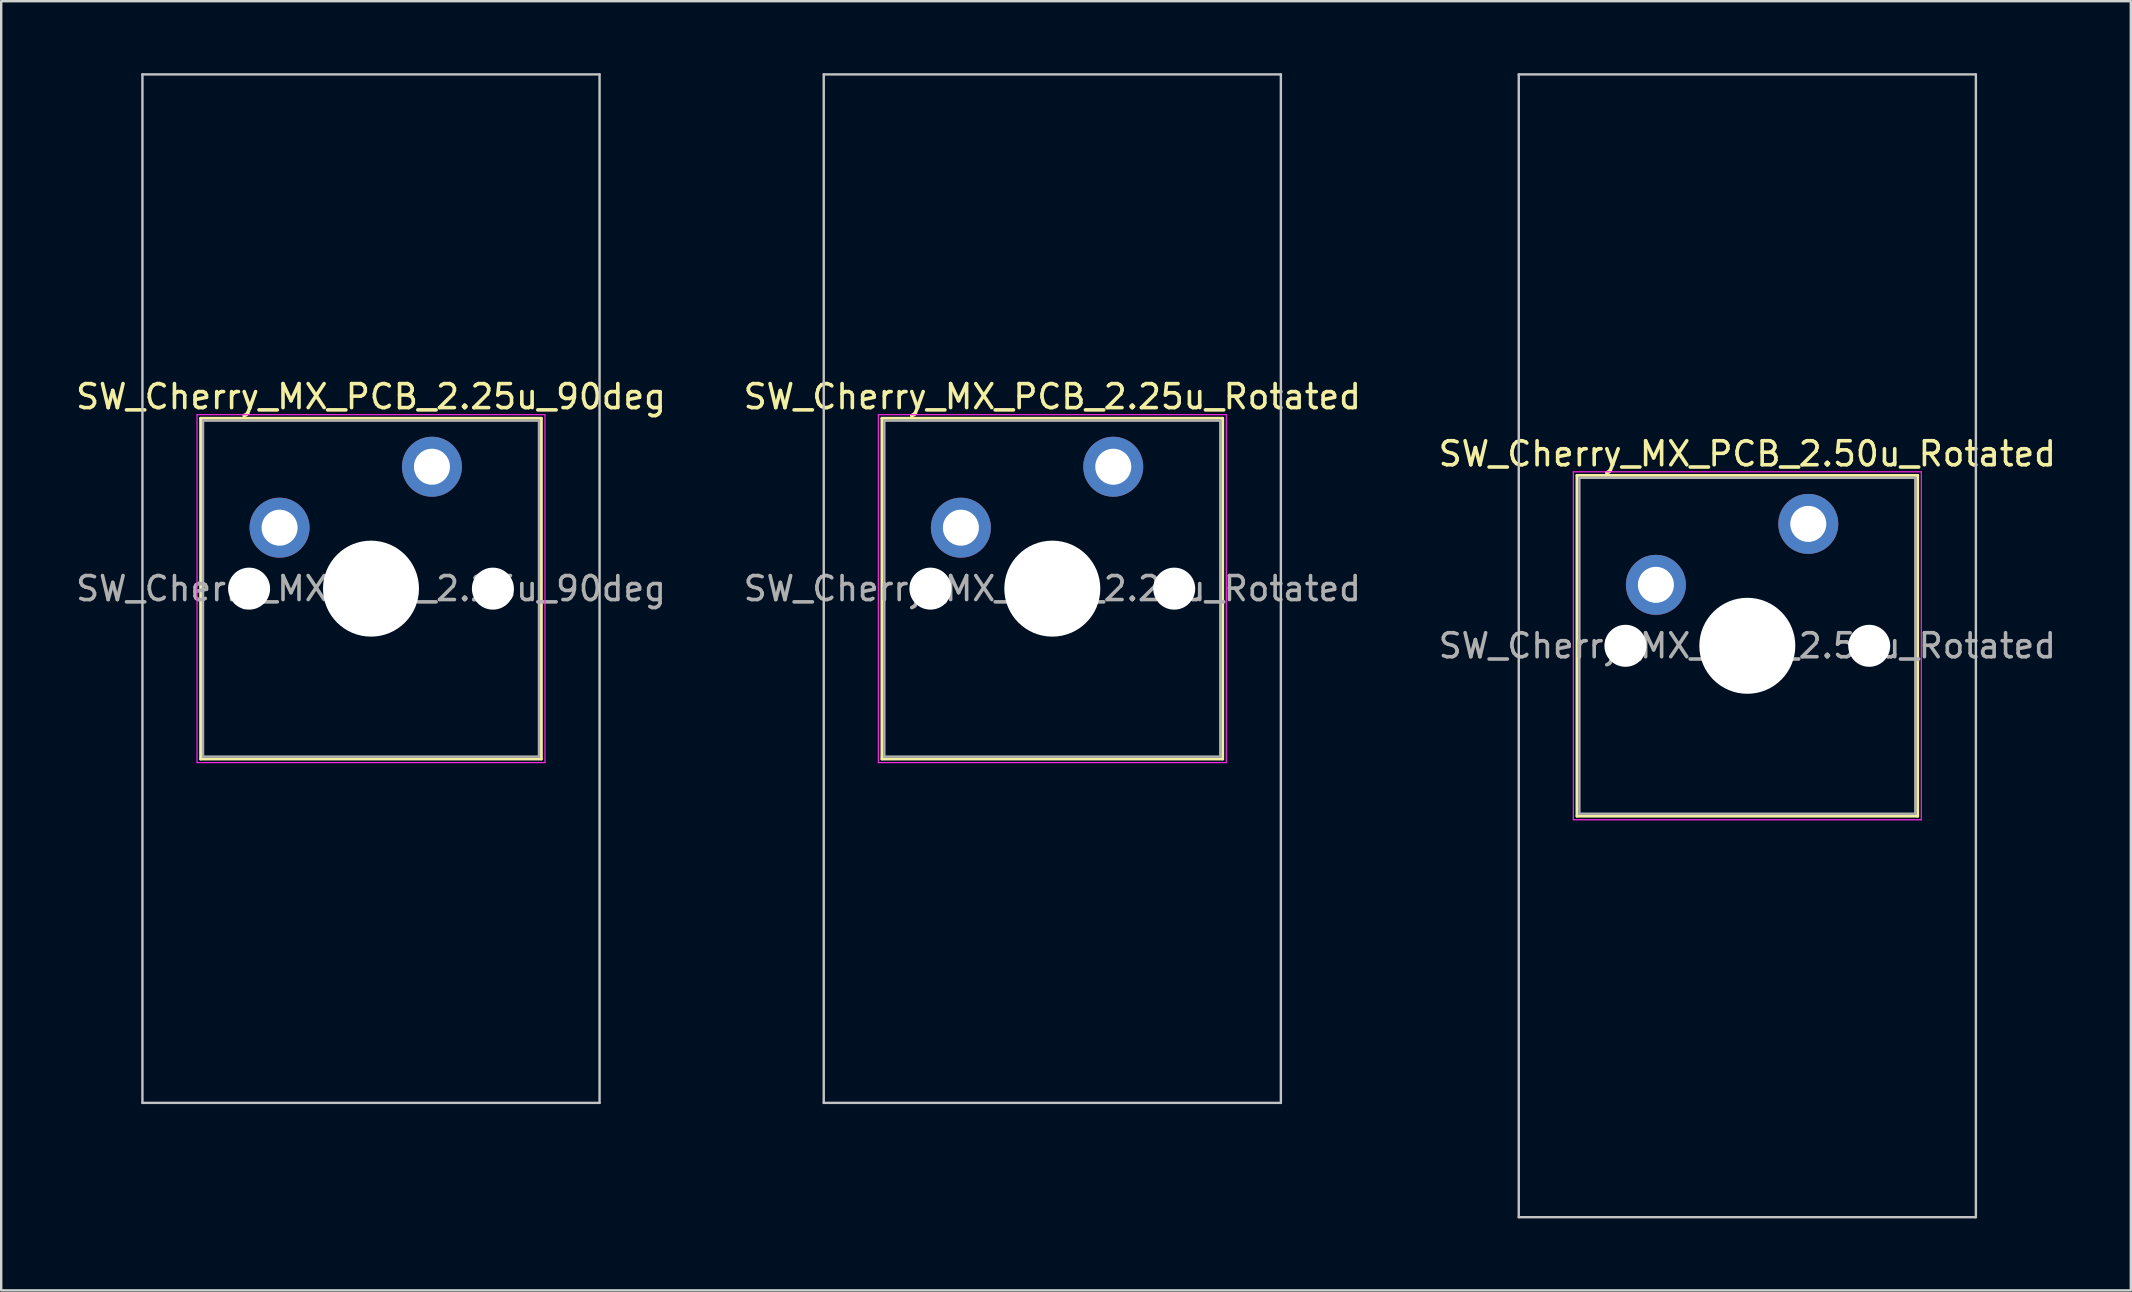
<source format=kicad_pcb>
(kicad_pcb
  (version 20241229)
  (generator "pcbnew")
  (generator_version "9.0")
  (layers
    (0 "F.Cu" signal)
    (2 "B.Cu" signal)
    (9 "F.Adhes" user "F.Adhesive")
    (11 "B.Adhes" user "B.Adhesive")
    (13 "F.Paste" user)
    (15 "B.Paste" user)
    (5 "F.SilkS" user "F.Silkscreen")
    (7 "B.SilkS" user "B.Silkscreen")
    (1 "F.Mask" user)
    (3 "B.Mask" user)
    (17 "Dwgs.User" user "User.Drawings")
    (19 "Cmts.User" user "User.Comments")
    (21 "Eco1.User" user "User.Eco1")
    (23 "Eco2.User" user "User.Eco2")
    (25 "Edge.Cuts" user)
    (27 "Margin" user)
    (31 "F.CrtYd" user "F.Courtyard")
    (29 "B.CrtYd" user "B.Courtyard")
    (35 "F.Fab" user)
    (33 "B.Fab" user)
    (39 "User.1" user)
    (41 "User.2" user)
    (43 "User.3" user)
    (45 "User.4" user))
  (footprint "SW_Cherry_MX_PCB_2.25u_Rotated"
    (layer "F.Cu")
    (at 40.804 21.481)
    (property "Reference" "SW_Cherry_MX_PCB_2.25u_Rotated" (at 0 -8 0) (layer "F.SilkS") (effects (font (size 1 1) (thickness 0.15))))
    (attr through_hole)
    (fp_line (start -7.1 -7.1) (end -7.1 7.1) (stroke (width 0.12) (type solid)) (layer "F.SilkS"))
    (fp_line (start -7.1 7.1) (end 7.1 7.1) (stroke (width 0.12) (type solid)) (layer "F.SilkS"))
    (fp_line (start 7.1 -7.1) (end -7.1 -7.1) (stroke (width 0.12) (type solid)) (layer "F.SilkS"))
    (fp_line (start 7.1 7.1) (end 7.1 -7.1) (stroke (width 0.12) (type solid)) (layer "F.SilkS"))
    (fp_line (start -9.525 -21.431) (end -9.525 21.431) (stroke (width 0.1) (type solid)) (layer "Dwgs.User"))
    (fp_line (start -9.525 21.431) (end 9.525 21.431) (stroke (width 0.1) (type solid)) (layer "Dwgs.User"))
    (fp_line (start 9.525 -21.431) (end -9.525 -21.431) (stroke (width 0.1) (type solid)) (layer "Dwgs.User"))
    (fp_line (start 9.525 21.431) (end 9.525 -21.431) (stroke (width 0.1) (type solid)) (layer "Dwgs.User"))
    (fp_line (start -7.25 -7.25) (end -7.25 7.25) (stroke (width 0.05) (type solid)) (layer "F.CrtYd"))
    (fp_line (start -7.25 7.25) (end 7.25 7.25) (stroke (width 0.05) (type solid)) (layer "F.CrtYd"))
    (fp_line (start 7.25 -7.25) (end -7.25 -7.25) (stroke (width 0.05) (type solid)) (layer "F.CrtYd"))
    (fp_line (start 7.25 7.25) (end 7.25 -7.25) (stroke (width 0.05) (type solid)) (layer "F.CrtYd"))
    (fp_line (start -7 -7) (end -7 7) (stroke (width 0.1) (type solid)) (layer "F.Fab"))
    (fp_line (start -7 7) (end 7 7) (stroke (width 0.1) (type solid)) (layer "F.Fab"))
    (fp_line (start 7 -7) (end -7 -7) (stroke (width 0.1) (type solid)) (layer "F.Fab"))
    (fp_line (start 7 7) (end 7 -7) (stroke (width 0.1) (type solid)) (layer "F.Fab"))
    (fp_text user "${REFERENCE}" (at 0 0 0) (layer "F.Fab") (effects (font (size 1 1) (thickness 0.15))))
    (pad "" np_thru_hole circle (at -5.08 0) (size 1.75 1.75) (drill 1.75) (layers "*.Cu" "*.Mask"))
    (pad "" np_thru_hole circle (at 0 0) (size 4 4) (drill 4) (layers "*.Cu" "*.Mask"))
    (pad "" np_thru_hole circle (at 5.08 0) (size 1.75 1.75) (drill 1.75) (layers "*.Cu" "*.Mask"))
    (pad "1" thru_hole circle (at -3.81 -2.54) (size 2.5 2.5) (drill 1.5) (layers "*.Cu" "B.Mask"))
    (pad "2" thru_hole circle (at 2.54 -5.08) (size 2.5 2.5) (drill 1.5) (layers "*.Cu" "B.Mask")))
  (footprint "SW_Cherry_MX_PCB_2.25u_90deg"
    (layer "F.Cu")
    (at 12.411 21.481)
    (property "Reference" "SW_Cherry_MX_PCB_2.25u_90deg" (at 0 -8 0) (layer "F.SilkS") (effects (font (size 1 1) (thickness 0.15))))
    (attr through_hole)
    (fp_line (start -7.1 -7.1) (end -7.1 7.1) (stroke (width 0.12) (type solid)) (layer "F.SilkS"))
    (fp_line (start -7.1 7.1) (end 7.1 7.1) (stroke (width 0.12) (type solid)) (layer "F.SilkS"))
    (fp_line (start 7.1 -7.1) (end -7.1 -7.1) (stroke (width 0.12) (type solid)) (layer "F.SilkS"))
    (fp_line (start 7.1 7.1) (end 7.1 -7.1) (stroke (width 0.12) (type solid)) (layer "F.SilkS"))
    (fp_line (start -9.525 -21.431) (end 9.525 -21.431) (stroke (width 0.1) (type solid)) (layer "Dwgs.User"))
    (fp_line (start -9.525 21.431) (end -9.525 -21.431) (stroke (width 0.1) (type solid)) (layer "Dwgs.User"))
    (fp_line (start 9.525 -21.431) (end 9.525 21.431) (stroke (width 0.1) (type solid)) (layer "Dwgs.User"))
    (fp_line (start 9.525 21.431) (end -9.525 21.431) (stroke (width 0.1) (type solid)) (layer "Dwgs.User"))
    (fp_line (start -7 -7) (end -7 7) (stroke (width 0.1) (type solid)) (layer "Eco1.User"))
    (fp_line (start -7 7) (end 7 7) (stroke (width 0.1) (type solid)) (layer "Eco1.User"))
    (fp_line (start 7 -7) (end -7 -7) (stroke (width 0.1) (type solid)) (layer "Eco1.User"))
    (fp_line (start 7 7) (end 7 -7) (stroke (width 0.1) (type solid)) (layer "Eco1.User"))
    (fp_line (start -7.25 -7.25) (end -7.25 7.25) (stroke (width 0.05) (type solid)) (layer "F.CrtYd"))
    (fp_line (start -7.25 7.25) (end 7.25 7.25) (stroke (width 0.05) (type solid)) (layer "F.CrtYd"))
    (fp_line (start 7.25 -7.25) (end -7.25 -7.25) (stroke (width 0.05) (type solid)) (layer "F.CrtYd"))
    (fp_line (start 7.25 7.25) (end 7.25 -7.25) (stroke (width 0.05) (type solid)) (layer "F.CrtYd"))
    (fp_line (start -7 -7) (end -7 7) (stroke (width 0.1) (type solid)) (layer "F.Fab"))
    (fp_line (start -7 7) (end 7 7) (stroke (width 0.1) (type solid)) (layer "F.Fab"))
    (fp_line (start 7 -7) (end -7 -7) (stroke (width 0.1) (type solid)) (layer "F.Fab"))
    (fp_line (start 7 7) (end 7 -7) (stroke (width 0.1) (type solid)) (layer "F.Fab"))
    (fp_text user "${REFERENCE}" (at 0 0 0) (layer "F.Fab") (effects (font (size 1 1) (thickness 0.15))))
    (pad "" np_thru_hole circle (at -5.08 0) (size 1.75 1.75) (drill 1.75) (layers "*.Cu" "*.Mask"))
    (pad "" np_thru_hole circle (at 0 0) (size 4 4) (drill 4) (layers "*.Cu" "*.Mask"))
    (pad "" np_thru_hole circle (at 5.08 0) (size 1.75 1.75) (drill 1.75) (layers "*.Cu" "*.Mask"))
    (pad "1" thru_hole circle (at -3.81 -2.54) (size 2.5 2.5) (drill 1.5) (layers "*.Cu" "*.Mask"))
    (pad "2" thru_hole circle (at 2.54 -5.08) (size 2.5 2.5) (drill 1.5) (layers "*.Cu" "*.Mask")))
  (footprint "SW_Cherry_MX_PCB_2.50u_Rotated"
    (layer "F.Cu")
    (at 69.768 23.863)
    (property "Reference" "SW_Cherry_MX_PCB_2.50u_Rotated" (at 0 -8 0) (layer "F.SilkS") (effects (font (size 1 1) (thickness 0.15))))
    (attr through_hole)
    (fp_line (start -7.1 -7.1) (end -7.1 7.1) (stroke (width 0.12) (type solid)) (layer "F.SilkS"))
    (fp_line (start -7.1 7.1) (end 7.1 7.1) (stroke (width 0.12) (type solid)) (layer "F.SilkS"))
    (fp_line (start 7.1 -7.1) (end -7.1 -7.1) (stroke (width 0.12) (type solid)) (layer "F.SilkS"))
    (fp_line (start 7.1 7.1) (end 7.1 -7.1) (stroke (width 0.12) (type solid)) (layer "F.SilkS"))
    (fp_line (start -9.525 -23.812) (end -9.525 23.812) (stroke (width 0.1) (type solid)) (layer "Dwgs.User"))
    (fp_line (start -9.525 23.812) (end 9.525 23.812) (stroke (width 0.1) (type solid)) (layer "Dwgs.User"))
    (fp_line (start 9.525 -23.812) (end -9.525 -23.812) (stroke (width 0.1) (type solid)) (layer "Dwgs.User"))
    (fp_line (start 9.525 23.812) (end 9.525 -23.812) (stroke (width 0.1) (type solid)) (layer "Dwgs.User"))
    (fp_line (start -7.8 -6) (end -7 -6) (stroke (width 0.1) (type solid)) (layer "Eco1.User"))
    (fp_line (start -7.8 -2.9) (end -7.8 -6) (stroke (width 0.1) (type solid)) (layer "Eco1.User"))
    (fp_line (start -7.8 2.9) (end -7 2.9) (stroke (width 0.1) (type solid)) (layer "Eco1.User"))
    (fp_line (start -7.8 6) (end -7.8 2.9) (stroke (width 0.1) (type solid)) (layer "Eco1.User"))
    (fp_line (start -7 -7) (end 7 -7) (stroke (width 0.1) (type solid)) (layer "Eco1.User"))
    (fp_line (start -7 -6) (end -7 -7) (stroke (width 0.1) (type solid)) (layer "Eco1.User"))
    (fp_line (start -7 -2.9) (end -7.8 -2.9) (stroke (width 0.1) (type solid)) (layer "Eco1.User"))
    (fp_line (start -7 2.9) (end -7 -2.9) (stroke (width 0.1) (type solid)) (layer "Eco1.User"))
    (fp_line (start -7 6) (end -7.8 6) (stroke (width 0.1) (type solid)) (layer "Eco1.User"))
    (fp_line (start -7 7) (end -7 6) (stroke (width 0.1) (type solid)) (layer "Eco1.User"))
    (fp_line (start 7 -7) (end 7 -6) (stroke (width 0.1) (type solid)) (layer "Eco1.User"))
    (fp_line (start 7 -6) (end 7.8 -6) (stroke (width 0.1) (type solid)) (layer "Eco1.User"))
    (fp_line (start 7 -2.9) (end 7 2.9) (stroke (width 0.1) (type solid)) (layer "Eco1.User"))
    (fp_line (start 7 2.9) (end 7.8 2.9) (stroke (width 0.1) (type solid)) (layer "Eco1.User"))
    (fp_line (start 7 6) (end 7 7) (stroke (width 0.1) (type solid)) (layer "Eco1.User"))
    (fp_line (start 7 7) (end -7 7) (stroke (width 0.1) (type solid)) (layer "Eco1.User"))
    (fp_line (start 7.8 -6) (end 7.8 -2.9) (stroke (width 0.1) (type solid)) (layer "Eco1.User"))
    (fp_line (start 7.8 -2.9) (end 7 -2.9) (stroke (width 0.1) (type solid)) (layer "Eco1.User"))
    (fp_line (start 7.8 2.9) (end 7.8 6) (stroke (width 0.1) (type solid)) (layer "Eco1.User"))
    (fp_line (start 7.8 6) (end 7 6) (stroke (width 0.1) (type solid)) (layer "Eco1.User"))
    (fp_line (start -7.25 -7.25) (end -7.25 7.25) (stroke (width 0.05) (type solid)) (layer "F.CrtYd"))
    (fp_line (start -7.25 7.25) (end 7.25 7.25) (stroke (width 0.05) (type solid)) (layer "F.CrtYd"))
    (fp_line (start 7.25 -7.25) (end -7.25 -7.25) (stroke (width 0.05) (type solid)) (layer "F.CrtYd"))
    (fp_line (start 7.25 7.25) (end 7.25 -7.25) (stroke (width 0.05) (type solid)) (layer "F.CrtYd"))
    (fp_line (start -7 -7) (end -7 7) (stroke (width 0.1) (type solid)) (layer "F.Fab"))
    (fp_line (start -7 7) (end 7 7) (stroke (width 0.1) (type solid)) (layer "F.Fab"))
    (fp_line (start 7 -7) (end -7 -7) (stroke (width 0.1) (type solid)) (layer "F.Fab"))
    (fp_line (start 7 7) (end 7 -7) (stroke (width 0.1) (type solid)) (layer "F.Fab"))
    (fp_text user "${REFERENCE}" (at 0 0 0) (layer "F.Fab") (effects (font (size 1 1) (thickness 0.15))))
    (pad "" np_thru_hole circle (at -5.08 0) (size 1.75 1.75) (drill 1.75) (layers "*.Cu" "*.Mask"))
    (pad "" np_thru_hole circle (at 0 0) (size 4 4) (drill 4) (layers "*.Cu" "*.Mask"))
    (pad "" np_thru_hole circle (at 5.08 0) (size 1.75 1.75) (drill 1.75) (layers "*.Cu" "*.Mask"))
    (pad "1" thru_hole circle (at -3.81 -2.54) (size 2.5 2.5) (drill 1.5) (layers "*.Cu" "B.Mask"))
    (pad "2" thru_hole circle (at 2.54 -5.08) (size 2.5 2.5) (drill 1.5) (layers "*.Cu" "B.Mask")))
  (gr_rect
    (start -3 -3)
    (end 85.75 50.725)
    (stroke (width 0.1) (type default))
    (fill no)
    (layer "Edge.Cuts")))
</source>
